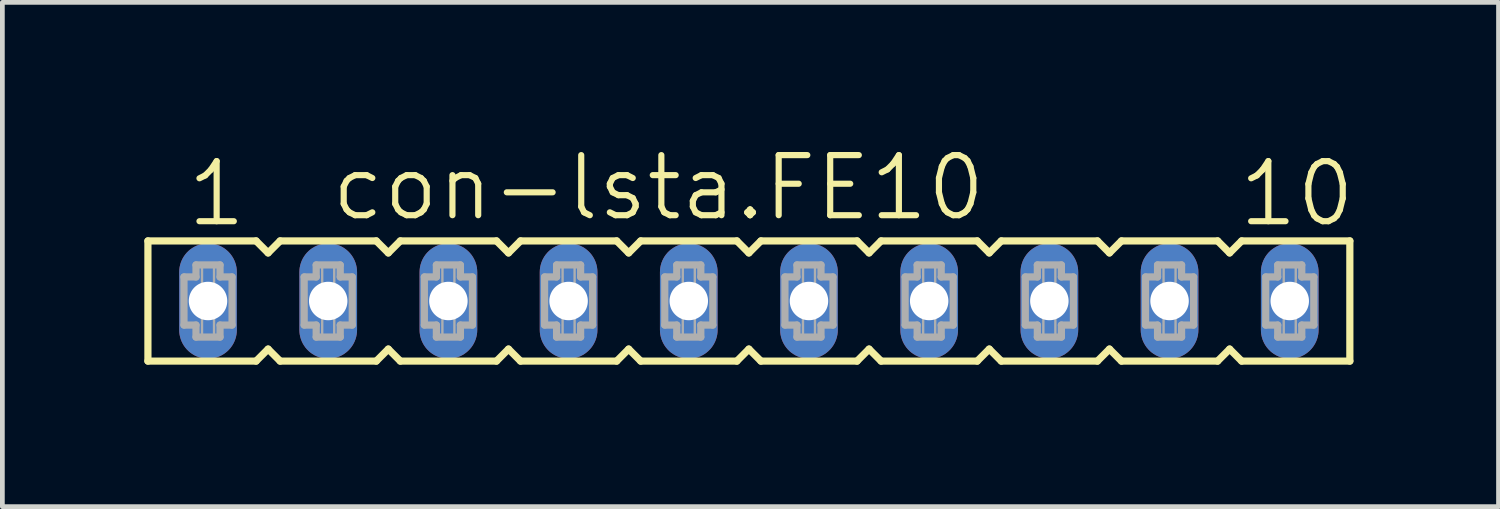
<source format=kicad_pcb>
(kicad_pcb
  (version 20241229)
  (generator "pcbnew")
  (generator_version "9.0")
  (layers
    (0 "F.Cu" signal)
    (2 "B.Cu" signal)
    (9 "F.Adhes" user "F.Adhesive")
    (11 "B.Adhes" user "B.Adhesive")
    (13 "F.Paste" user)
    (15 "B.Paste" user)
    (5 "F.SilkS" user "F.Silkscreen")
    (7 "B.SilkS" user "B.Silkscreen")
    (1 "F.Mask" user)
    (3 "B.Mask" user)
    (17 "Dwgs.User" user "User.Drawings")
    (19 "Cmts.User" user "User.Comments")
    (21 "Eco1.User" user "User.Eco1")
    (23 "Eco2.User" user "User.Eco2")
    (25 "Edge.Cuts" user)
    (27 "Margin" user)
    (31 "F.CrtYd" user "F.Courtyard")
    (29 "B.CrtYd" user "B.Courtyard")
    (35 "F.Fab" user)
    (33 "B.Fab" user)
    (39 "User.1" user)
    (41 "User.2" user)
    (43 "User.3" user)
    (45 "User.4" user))
  (footprint "con-lsta.FE10"
    (layer "F.Cu")
    (at 12.776 3.311)
    (property "Reference" "con-lsta.FE10" (at -8.89 -1.651 0) (layer "F.SilkS") (effects (font (size 1.27 1.27) (thickness 0.13)) (justify left bottom)))
    (attr through_hole)
    (fp_line (start -12.7 -1.27) (end -12.7 1.27) (stroke (width 0.152) (type default)) (layer "F.SilkS"))
    (fp_line (start -12.7 1.27) (end -10.414 1.27) (stroke (width 0.152) (type default)) (layer "F.SilkS"))
    (fp_line (start -10.414 -1.27) (end -12.7 -1.27) (stroke (width 0.152) (type default)) (layer "F.SilkS"))
    (fp_line (start -10.414 1.27) (end -10.16 1.016) (stroke (width 0.152) (type default)) (layer "F.SilkS"))
    (fp_line (start -10.16 -1.016) (end -10.414 -1.27) (stroke (width 0.152) (type default)) (layer "F.SilkS"))
    (fp_line (start -10.16 1.016) (end -9.906 1.27) (stroke (width 0.152) (type default)) (layer "F.SilkS"))
    (fp_line (start -9.906 -1.27) (end -10.16 -1.016) (stroke (width 0.152) (type default)) (layer "F.SilkS"))
    (fp_line (start -9.906 1.27) (end -7.874 1.27) (stroke (width 0.152) (type default)) (layer "F.SilkS"))
    (fp_line (start -7.874 -1.27) (end -9.906 -1.27) (stroke (width 0.152) (type default)) (layer "F.SilkS"))
    (fp_line (start -7.874 1.27) (end -7.62 1.016) (stroke (width 0.152) (type default)) (layer "F.SilkS"))
    (fp_line (start -7.62 -1.016) (end -7.874 -1.27) (stroke (width 0.152) (type default)) (layer "F.SilkS"))
    (fp_line (start -7.62 1.016) (end -7.366 1.27) (stroke (width 0.152) (type default)) (layer "F.SilkS"))
    (fp_line (start -7.366 -1.27) (end -7.62 -1.016) (stroke (width 0.152) (type default)) (layer "F.SilkS"))
    (fp_line (start -7.366 1.27) (end -5.334 1.27) (stroke (width 0.152) (type default)) (layer "F.SilkS"))
    (fp_line (start -5.334 -1.27) (end -7.366 -1.27) (stroke (width 0.152) (type default)) (layer "F.SilkS"))
    (fp_line (start -5.334 1.27) (end -5.08 1.016) (stroke (width 0.152) (type default)) (layer "F.SilkS"))
    (fp_line (start -5.08 -1.016) (end -5.334 -1.27) (stroke (width 0.152) (type default)) (layer "F.SilkS"))
    (fp_line (start -5.08 1.016) (end -4.826 1.27) (stroke (width 0.152) (type default)) (layer "F.SilkS"))
    (fp_line (start -4.826 -1.27) (end -5.08 -1.016) (stroke (width 0.152) (type default)) (layer "F.SilkS"))
    (fp_line (start -4.826 1.27) (end -2.794 1.27) (stroke (width 0.152) (type default)) (layer "F.SilkS"))
    (fp_line (start -2.794 -1.27) (end -4.826 -1.27) (stroke (width 0.152) (type default)) (layer "F.SilkS"))
    (fp_line (start -2.794 1.27) (end -2.54 1.016) (stroke (width 0.152) (type default)) (layer "F.SilkS"))
    (fp_line (start -2.54 -1.016) (end -2.794 -1.27) (stroke (width 0.152) (type default)) (layer "F.SilkS"))
    (fp_line (start -2.54 1.016) (end -2.286 1.27) (stroke (width 0.152) (type default)) (layer "F.SilkS"))
    (fp_line (start -2.286 -1.27) (end -2.54 -1.016) (stroke (width 0.152) (type default)) (layer "F.SilkS"))
    (fp_line (start -2.286 1.27) (end -0.254 1.27) (stroke (width 0.152) (type default)) (layer "F.SilkS"))
    (fp_line (start -0.254 -1.27) (end -2.286 -1.27) (stroke (width 0.152) (type default)) (layer "F.SilkS"))
    (fp_line (start -0.254 1.27) (end 0 1.016) (stroke (width 0.152) (type default)) (layer "F.SilkS"))
    (fp_line (start 0 -1.016) (end -0.254 -1.27) (stroke (width 0.152) (type default)) (layer "F.SilkS"))
    (fp_line (start 0 1.016) (end 0.254 1.27) (stroke (width 0.152) (type default)) (layer "F.SilkS"))
    (fp_line (start 0.254 -1.27) (end 0 -1.016) (stroke (width 0.152) (type default)) (layer "F.SilkS"))
    (fp_line (start 0.254 1.27) (end 2.286 1.27) (stroke (width 0.152) (type default)) (layer "F.SilkS"))
    (fp_line (start 2.286 -1.27) (end 0.254 -1.27) (stroke (width 0.152) (type default)) (layer "F.SilkS"))
    (fp_line (start 2.286 1.27) (end 2.54 1.016) (stroke (width 0.152) (type default)) (layer "F.SilkS"))
    (fp_line (start 2.54 -1.016) (end 2.286 -1.27) (stroke (width 0.152) (type default)) (layer "F.SilkS"))
    (fp_line (start 2.54 1.016) (end 2.794 1.27) (stroke (width 0.152) (type default)) (layer "F.SilkS"))
    (fp_line (start 2.794 -1.27) (end 2.54 -1.016) (stroke (width 0.152) (type default)) (layer "F.SilkS"))
    (fp_line (start 2.794 1.27) (end 4.826 1.27) (stroke (width 0.152) (type default)) (layer "F.SilkS"))
    (fp_line (start 4.826 -1.27) (end 2.794 -1.27) (stroke (width 0.152) (type default)) (layer "F.SilkS"))
    (fp_line (start 4.826 1.27) (end 5.08 1.016) (stroke (width 0.152) (type default)) (layer "F.SilkS"))
    (fp_line (start 5.08 -1.016) (end 4.826 -1.27) (stroke (width 0.152) (type default)) (layer "F.SilkS"))
    (fp_line (start 5.08 1.016) (end 5.334 1.27) (stroke (width 0.152) (type default)) (layer "F.SilkS"))
    (fp_line (start 5.334 -1.27) (end 5.08 -1.016) (stroke (width 0.152) (type default)) (layer "F.SilkS"))
    (fp_line (start 5.334 1.27) (end 7.366 1.27) (stroke (width 0.152) (type default)) (layer "F.SilkS"))
    (fp_line (start 7.366 -1.27) (end 5.334 -1.27) (stroke (width 0.152) (type default)) (layer "F.SilkS"))
    (fp_line (start 7.366 1.27) (end 7.62 1.016) (stroke (width 0.152) (type default)) (layer "F.SilkS"))
    (fp_line (start 7.62 -1.016) (end 7.366 -1.27) (stroke (width 0.152) (type default)) (layer "F.SilkS"))
    (fp_line (start 7.62 1.016) (end 7.874 1.27) (stroke (width 0.152) (type default)) (layer "F.SilkS"))
    (fp_line (start 7.874 -1.27) (end 7.62 -1.016) (stroke (width 0.152) (type default)) (layer "F.SilkS"))
    (fp_line (start 7.874 1.27) (end 9.906 1.27) (stroke (width 0.152) (type default)) (layer "F.SilkS"))
    (fp_line (start 9.906 -1.27) (end 7.874 -1.27) (stroke (width 0.152) (type default)) (layer "F.SilkS"))
    (fp_line (start 9.906 1.27) (end 10.16 1.016) (stroke (width 0.152) (type default)) (layer "F.SilkS"))
    (fp_line (start 10.16 -1.016) (end 9.906 -1.27) (stroke (width 0.152) (type default)) (layer "F.SilkS"))
    (fp_line (start 10.16 1.016) (end 10.414 1.27) (stroke (width 0.152) (type default)) (layer "F.SilkS"))
    (fp_line (start 10.414 -1.27) (end 10.16 -1.016) (stroke (width 0.152) (type default)) (layer "F.SilkS"))
    (fp_line (start 10.414 1.27) (end 12.7 1.27) (stroke (width 0.152) (type default)) (layer "F.SilkS"))
    (fp_line (start 12.7 -1.27) (end 10.414 -1.27) (stroke (width 0.152) (type default)) (layer "F.SilkS"))
    (fp_line (start 12.7 1.27) (end 12.7 -1.27) (stroke (width 0.152) (type default)) (layer "F.SilkS"))
    (fp_line (start -11.938 -0.508) (end -11.938 0.508) (stroke (width 0.152) (type default)) (layer "F.Fab"))
    (fp_line (start -11.938 0.508) (end -11.684 0.508) (stroke (width 0.152) (type default)) (layer "F.Fab"))
    (fp_line (start -11.684 -0.762) (end -11.684 -0.508) (stroke (width 0.152) (type default)) (layer "F.Fab"))
    (fp_line (start -11.684 -0.508) (end -11.938 -0.508) (stroke (width 0.152) (type default)) (layer "F.Fab"))
    (fp_line (start -11.684 0.508) (end -11.684 0.762) (stroke (width 0.152) (type default)) (layer "F.Fab"))
    (fp_line (start -11.684 0.762) (end -11.176 0.762) (stroke (width 0.152) (type default)) (layer "F.Fab"))
    (fp_line (start -11.176 -0.762) (end -11.684 -0.762) (stroke (width 0.152) (type default)) (layer "F.Fab"))
    (fp_line (start -11.176 -0.508) (end -11.176 -0.762) (stroke (width 0.152) (type default)) (layer "F.Fab"))
    (fp_line (start -11.176 0.508) (end -10.922 0.508) (stroke (width 0.152) (type default)) (layer "F.Fab"))
    (fp_line (start -11.176 0.762) (end -11.176 0.508) (stroke (width 0.152) (type default)) (layer "F.Fab"))
    (fp_line (start -10.922 -0.508) (end -11.176 -0.508) (stroke (width 0.152) (type default)) (layer "F.Fab"))
    (fp_line (start -10.922 0.508) (end -10.922 -0.508) (stroke (width 0.152) (type default)) (layer "F.Fab"))
    (fp_line (start -9.398 -0.508) (end -9.398 0.508) (stroke (width 0.152) (type default)) (layer "F.Fab"))
    (fp_line (start -9.398 0.508) (end -9.144 0.508) (stroke (width 0.152) (type default)) (layer "F.Fab"))
    (fp_line (start -9.144 -0.762) (end -9.144 -0.508) (stroke (width 0.152) (type default)) (layer "F.Fab"))
    (fp_line (start -9.144 -0.508) (end -9.398 -0.508) (stroke (width 0.152) (type default)) (layer "F.Fab"))
    (fp_line (start -9.144 0.508) (end -9.144 0.762) (stroke (width 0.152) (type default)) (layer "F.Fab"))
    (fp_line (start -9.144 0.762) (end -8.636 0.762) (stroke (width 0.152) (type default)) (layer "F.Fab"))
    (fp_line (start -8.636 -0.762) (end -9.144 -0.762) (stroke (width 0.152) (type default)) (layer "F.Fab"))
    (fp_line (start -8.636 -0.508) (end -8.636 -0.762) (stroke (width 0.152) (type default)) (layer "F.Fab"))
    (fp_line (start -8.636 0.508) (end -8.382 0.508) (stroke (width 0.152) (type default)) (layer "F.Fab"))
    (fp_line (start -8.636 0.762) (end -8.636 0.508) (stroke (width 0.152) (type default)) (layer "F.Fab"))
    (fp_line (start -8.382 -0.508) (end -8.636 -0.508) (stroke (width 0.152) (type default)) (layer "F.Fab"))
    (fp_line (start -8.382 0.508) (end -8.382 -0.508) (stroke (width 0.152) (type default)) (layer "F.Fab"))
    (fp_line (start -6.858 -0.508) (end -6.858 0.508) (stroke (width 0.152) (type default)) (layer "F.Fab"))
    (fp_line (start -6.858 0.508) (end -6.604 0.508) (stroke (width 0.152) (type default)) (layer "F.Fab"))
    (fp_line (start -6.604 -0.762) (end -6.604 -0.508) (stroke (width 0.152) (type default)) (layer "F.Fab"))
    (fp_line (start -6.604 -0.508) (end -6.858 -0.508) (stroke (width 0.152) (type default)) (layer "F.Fab"))
    (fp_line (start -6.604 0.508) (end -6.604 0.762) (stroke (width 0.152) (type default)) (layer "F.Fab"))
    (fp_line (start -6.604 0.762) (end -6.096 0.762) (stroke (width 0.152) (type default)) (layer "F.Fab"))
    (fp_line (start -6.096 -0.762) (end -6.604 -0.762) (stroke (width 0.152) (type default)) (layer "F.Fab"))
    (fp_line (start -6.096 -0.508) (end -6.096 -0.762) (stroke (width 0.152) (type default)) (layer "F.Fab"))
    (fp_line (start -6.096 0.508) (end -5.842 0.508) (stroke (width 0.152) (type default)) (layer "F.Fab"))
    (fp_line (start -6.096 0.762) (end -6.096 0.508) (stroke (width 0.152) (type default)) (layer "F.Fab"))
    (fp_line (start -5.842 -0.508) (end -6.096 -0.508) (stroke (width 0.152) (type default)) (layer "F.Fab"))
    (fp_line (start -5.842 0.508) (end -5.842 -0.508) (stroke (width 0.152) (type default)) (layer "F.Fab"))
    (fp_line (start -4.318 -0.508) (end -4.318 0.508) (stroke (width 0.152) (type default)) (layer "F.Fab"))
    (fp_line (start -4.318 0.508) (end -4.064 0.508) (stroke (width 0.152) (type default)) (layer "F.Fab"))
    (fp_line (start -4.064 -0.762) (end -4.064 -0.508) (stroke (width 0.152) (type default)) (layer "F.Fab"))
    (fp_line (start -4.064 -0.508) (end -4.318 -0.508) (stroke (width 0.152) (type default)) (layer "F.Fab"))
    (fp_line (start -4.064 0.508) (end -4.064 0.762) (stroke (width 0.152) (type default)) (layer "F.Fab"))
    (fp_line (start -4.064 0.762) (end -3.556 0.762) (stroke (width 0.152) (type default)) (layer "F.Fab"))
    (fp_line (start -3.556 -0.762) (end -4.064 -0.762) (stroke (width 0.152) (type default)) (layer "F.Fab"))
    (fp_line (start -3.556 -0.508) (end -3.556 -0.762) (stroke (width 0.152) (type default)) (layer "F.Fab"))
    (fp_line (start -3.556 0.508) (end -3.302 0.508) (stroke (width 0.152) (type default)) (layer "F.Fab"))
    (fp_line (start -3.556 0.762) (end -3.556 0.508) (stroke (width 0.152) (type default)) (layer "F.Fab"))
    (fp_line (start -3.302 -0.508) (end -3.556 -0.508) (stroke (width 0.152) (type default)) (layer "F.Fab"))
    (fp_line (start -3.302 0.508) (end -3.302 -0.508) (stroke (width 0.152) (type default)) (layer "F.Fab"))
    (fp_line (start -1.778 -0.508) (end -1.778 0.508) (stroke (width 0.152) (type default)) (layer "F.Fab"))
    (fp_line (start -1.778 0.508) (end -1.524 0.508) (stroke (width 0.152) (type default)) (layer "F.Fab"))
    (fp_line (start -1.524 -0.762) (end -1.524 -0.508) (stroke (width 0.152) (type default)) (layer "F.Fab"))
    (fp_line (start -1.524 -0.508) (end -1.778 -0.508) (stroke (width 0.152) (type default)) (layer "F.Fab"))
    (fp_line (start -1.524 0.508) (end -1.524 0.762) (stroke (width 0.152) (type default)) (layer "F.Fab"))
    (fp_line (start -1.524 0.762) (end -1.016 0.762) (stroke (width 0.152) (type default)) (layer "F.Fab"))
    (fp_line (start -1.016 -0.762) (end -1.524 -0.762) (stroke (width 0.152) (type default)) (layer "F.Fab"))
    (fp_line (start -1.016 -0.508) (end -1.016 -0.762) (stroke (width 0.152) (type default)) (layer "F.Fab"))
    (fp_line (start -1.016 0.508) (end -0.762 0.508) (stroke (width 0.152) (type default)) (layer "F.Fab"))
    (fp_line (start -1.016 0.762) (end -1.016 0.508) (stroke (width 0.152) (type default)) (layer "F.Fab"))
    (fp_line (start -0.762 -0.508) (end -1.016 -0.508) (stroke (width 0.152) (type default)) (layer "F.Fab"))
    (fp_line (start -0.762 0.508) (end -0.762 -0.508) (stroke (width 0.152) (type default)) (layer "F.Fab"))
    (fp_line (start 0.762 -0.508) (end 0.762 0.508) (stroke (width 0.152) (type default)) (layer "F.Fab"))
    (fp_line (start 0.762 0.508) (end 1.016 0.508) (stroke (width 0.152) (type default)) (layer "F.Fab"))
    (fp_line (start 1.016 -0.762) (end 1.016 -0.508) (stroke (width 0.152) (type default)) (layer "F.Fab"))
    (fp_line (start 1.016 -0.508) (end 0.762 -0.508) (stroke (width 0.152) (type default)) (layer "F.Fab"))
    (fp_line (start 1.016 0.508) (end 1.016 0.762) (stroke (width 0.152) (type default)) (layer "F.Fab"))
    (fp_line (start 1.016 0.762) (end 1.524 0.762) (stroke (width 0.152) (type default)) (layer "F.Fab"))
    (fp_line (start 1.524 -0.762) (end 1.016 -0.762) (stroke (width 0.152) (type default)) (layer "F.Fab"))
    (fp_line (start 1.524 -0.508) (end 1.524 -0.762) (stroke (width 0.152) (type default)) (layer "F.Fab"))
    (fp_line (start 1.524 0.508) (end 1.778 0.508) (stroke (width 0.152) (type default)) (layer "F.Fab"))
    (fp_line (start 1.524 0.762) (end 1.524 0.508) (stroke (width 0.152) (type default)) (layer "F.Fab"))
    (fp_line (start 1.778 -0.508) (end 1.524 -0.508) (stroke (width 0.152) (type default)) (layer "F.Fab"))
    (fp_line (start 1.778 0.508) (end 1.778 -0.508) (stroke (width 0.152) (type default)) (layer "F.Fab"))
    (fp_line (start 3.302 -0.508) (end 3.302 0.508) (stroke (width 0.152) (type default)) (layer "F.Fab"))
    (fp_line (start 3.302 0.508) (end 3.556 0.508) (stroke (width 0.152) (type default)) (layer "F.Fab"))
    (fp_line (start 3.556 -0.762) (end 3.556 -0.508) (stroke (width 0.152) (type default)) (layer "F.Fab"))
    (fp_line (start 3.556 -0.508) (end 3.302 -0.508) (stroke (width 0.152) (type default)) (layer "F.Fab"))
    (fp_line (start 3.556 0.508) (end 3.556 0.762) (stroke (width 0.152) (type default)) (layer "F.Fab"))
    (fp_line (start 3.556 0.762) (end 4.064 0.762) (stroke (width 0.152) (type default)) (layer "F.Fab"))
    (fp_line (start 4.064 -0.762) (end 3.556 -0.762) (stroke (width 0.152) (type default)) (layer "F.Fab"))
    (fp_line (start 4.064 -0.508) (end 4.064 -0.762) (stroke (width 0.152) (type default)) (layer "F.Fab"))
    (fp_line (start 4.064 0.508) (end 4.318 0.508) (stroke (width 0.152) (type default)) (layer "F.Fab"))
    (fp_line (start 4.064 0.762) (end 4.064 0.508) (stroke (width 0.152) (type default)) (layer "F.Fab"))
    (fp_line (start 4.318 -0.508) (end 4.064 -0.508) (stroke (width 0.152) (type default)) (layer "F.Fab"))
    (fp_line (start 4.318 0.508) (end 4.318 -0.508) (stroke (width 0.152) (type default)) (layer "F.Fab"))
    (fp_line (start 5.842 -0.508) (end 5.842 0.508) (stroke (width 0.152) (type default)) (layer "F.Fab"))
    (fp_line (start 5.842 0.508) (end 6.096 0.508) (stroke (width 0.152) (type default)) (layer "F.Fab"))
    (fp_line (start 6.096 -0.762) (end 6.096 -0.508) (stroke (width 0.152) (type default)) (layer "F.Fab"))
    (fp_line (start 6.096 -0.508) (end 5.842 -0.508) (stroke (width 0.152) (type default)) (layer "F.Fab"))
    (fp_line (start 6.096 0.508) (end 6.096 0.762) (stroke (width 0.152) (type default)) (layer "F.Fab"))
    (fp_line (start 6.096 0.762) (end 6.604 0.762) (stroke (width 0.152) (type default)) (layer "F.Fab"))
    (fp_line (start 6.604 -0.762) (end 6.096 -0.762) (stroke (width 0.152) (type default)) (layer "F.Fab"))
    (fp_line (start 6.604 -0.508) (end 6.604 -0.762) (stroke (width 0.152) (type default)) (layer "F.Fab"))
    (fp_line (start 6.604 0.508) (end 6.858 0.508) (stroke (width 0.152) (type default)) (layer "F.Fab"))
    (fp_line (start 6.604 0.762) (end 6.604 0.508) (stroke (width 0.152) (type default)) (layer "F.Fab"))
    (fp_line (start 6.858 -0.508) (end 6.604 -0.508) (stroke (width 0.152) (type default)) (layer "F.Fab"))
    (fp_line (start 6.858 0.508) (end 6.858 -0.508) (stroke (width 0.152) (type default)) (layer "F.Fab"))
    (fp_line (start 8.382 -0.508) (end 8.382 0.508) (stroke (width 0.152) (type default)) (layer "F.Fab"))
    (fp_line (start 8.382 0.508) (end 8.636 0.508) (stroke (width 0.152) (type default)) (layer "F.Fab"))
    (fp_line (start 8.636 -0.762) (end 8.636 -0.508) (stroke (width 0.152) (type default)) (layer "F.Fab"))
    (fp_line (start 8.636 -0.508) (end 8.382 -0.508) (stroke (width 0.152) (type default)) (layer "F.Fab"))
    (fp_line (start 8.636 0.508) (end 8.636 0.762) (stroke (width 0.152) (type default)) (layer "F.Fab"))
    (fp_line (start 8.636 0.762) (end 9.144 0.762) (stroke (width 0.152) (type default)) (layer "F.Fab"))
    (fp_line (start 9.144 -0.762) (end 8.636 -0.762) (stroke (width 0.152) (type default)) (layer "F.Fab"))
    (fp_line (start 9.144 -0.508) (end 9.144 -0.762) (stroke (width 0.152) (type default)) (layer "F.Fab"))
    (fp_line (start 9.144 0.508) (end 9.398 0.508) (stroke (width 0.152) (type default)) (layer "F.Fab"))
    (fp_line (start 9.144 0.762) (end 9.144 0.508) (stroke (width 0.152) (type default)) (layer "F.Fab"))
    (fp_line (start 9.398 -0.508) (end 9.144 -0.508) (stroke (width 0.152) (type default)) (layer "F.Fab"))
    (fp_line (start 9.398 0.508) (end 9.398 -0.508) (stroke (width 0.152) (type default)) (layer "F.Fab"))
    (fp_line (start 10.922 -0.508) (end 10.922 0.508) (stroke (width 0.152) (type default)) (layer "F.Fab"))
    (fp_line (start 10.922 0.508) (end 11.176 0.508) (stroke (width 0.152) (type default)) (layer "F.Fab"))
    (fp_line (start 11.176 -0.762) (end 11.176 -0.508) (stroke (width 0.152) (type default)) (layer "F.Fab"))
    (fp_line (start 11.176 -0.508) (end 10.922 -0.508) (stroke (width 0.152) (type default)) (layer "F.Fab"))
    (fp_line (start 11.176 0.508) (end 11.176 0.762) (stroke (width 0.152) (type default)) (layer "F.Fab"))
    (fp_line (start 11.176 0.762) (end 11.684 0.762) (stroke (width 0.152) (type default)) (layer "F.Fab"))
    (fp_line (start 11.684 -0.762) (end 11.176 -0.762) (stroke (width 0.152) (type default)) (layer "F.Fab"))
    (fp_line (start 11.684 -0.508) (end 11.684 -0.762) (stroke (width 0.152) (type default)) (layer "F.Fab"))
    (fp_line (start 11.684 0.508) (end 11.938 0.508) (stroke (width 0.152) (type default)) (layer "F.Fab"))
    (fp_line (start 11.684 0.762) (end 11.684 0.508) (stroke (width 0.152) (type default)) (layer "F.Fab"))
    (fp_line (start 11.938 -0.508) (end 11.684 -0.508) (stroke (width 0.152) (type default)) (layer "F.Fab"))
    (fp_line (start 11.938 0.508) (end 11.938 -0.508) (stroke (width 0.152) (type default)) (layer "F.Fab"))
    (fp_rect (start -11.557 -0.254) (end -11.303 -0.762) (stroke (width 0.05) (type default)) (fill no) (layer "F.Fab"))
    (fp_rect (start -11.557 0.762) (end -11.303 0.254) (stroke (width 0.05) (type default)) (fill no) (layer "F.Fab"))
    (fp_rect (start -9.017 -0.254) (end -8.763 -0.762) (stroke (width 0.05) (type default)) (fill no) (layer "F.Fab"))
    (fp_rect (start -9.017 0.762) (end -8.763 0.254) (stroke (width 0.05) (type default)) (fill no) (layer "F.Fab"))
    (fp_rect (start -6.477 -0.254) (end -6.223 -0.762) (stroke (width 0.05) (type default)) (fill no) (layer "F.Fab"))
    (fp_rect (start -6.477 0.762) (end -6.223 0.254) (stroke (width 0.05) (type default)) (fill no) (layer "F.Fab"))
    (fp_rect (start -3.937 -0.254) (end -3.683 -0.762) (stroke (width 0.05) (type default)) (fill no) (layer "F.Fab"))
    (fp_rect (start -3.937 0.762) (end -3.683 0.254) (stroke (width 0.05) (type default)) (fill no) (layer "F.Fab"))
    (fp_rect (start -1.397 -0.254) (end -1.143 -0.762) (stroke (width 0.05) (type default)) (fill no) (layer "F.Fab"))
    (fp_rect (start -1.397 0.762) (end -1.143 0.254) (stroke (width 0.05) (type default)) (fill no) (layer "F.Fab"))
    (fp_rect (start 1.143 -0.254) (end 1.397 -0.762) (stroke (width 0.05) (type default)) (fill no) (layer "F.Fab"))
    (fp_rect (start 1.143 0.762) (end 1.397 0.254) (stroke (width 0.05) (type default)) (fill no) (layer "F.Fab"))
    (fp_rect (start 3.683 -0.254) (end 3.937 -0.762) (stroke (width 0.05) (type default)) (fill no) (layer "F.Fab"))
    (fp_rect (start 3.683 0.762) (end 3.937 0.254) (stroke (width 0.05) (type default)) (fill no) (layer "F.Fab"))
    (fp_rect (start 6.223 -0.254) (end 6.477 -0.762) (stroke (width 0.05) (type default)) (fill no) (layer "F.Fab"))
    (fp_rect (start 6.223 0.762) (end 6.477 0.254) (stroke (width 0.05) (type default)) (fill no) (layer "F.Fab"))
    (fp_rect (start 8.763 -0.254) (end 9.017 -0.762) (stroke (width 0.05) (type default)) (fill no) (layer "F.Fab"))
    (fp_rect (start 8.763 0.762) (end 9.017 0.254) (stroke (width 0.05) (type default)) (fill no) (layer "F.Fab"))
    (fp_rect (start 11.303 -0.254) (end 11.557 -0.762) (stroke (width 0.05) (type default)) (fill no) (layer "F.Fab"))
    (fp_rect (start 11.303 0.762) (end 11.557 0.254) (stroke (width 0.05) (type default)) (fill no) (layer "F.Fab"))
    (fp_text user "1" (at -11.938 -1.524 0) (layer "F.SilkS") (effects (font (size 1.27 1.27) (thickness 0.13)) (justify left bottom)))
    (fp_text user "10" (at 10.287 -1.524 0) (layer "F.SilkS") (effects (font (size 1.27 1.27) (thickness 0.13)) (justify left bottom)))
    (pad "1" thru_hole oval (at -11.43 0 90) (size 2.438 1.219) (drill 0.813) (layers "*.Cu" "*.Mask"))
    (pad "2" thru_hole oval (at -8.89 0 90) (size 2.438 1.219) (drill 0.813) (layers "*.Cu" "*.Mask"))
    (pad "3" thru_hole oval (at -6.35 0 90) (size 2.438 1.219) (drill 0.813) (layers "*.Cu" "*.Mask"))
    (pad "4" thru_hole oval (at -3.81 0 90) (size 2.438 1.219) (drill 0.813) (layers "*.Cu" "*.Mask"))
    (pad "5" thru_hole oval (at -1.27 0 90) (size 2.438 1.219) (drill 0.813) (layers "*.Cu" "*.Mask"))
    (pad "6" thru_hole oval (at 1.27 0 90) (size 2.438 1.219) (drill 0.813) (layers "*.Cu" "*.Mask"))
    (pad "7" thru_hole oval (at 3.81 0 90) (size 2.438 1.219) (drill 0.813) (layers "*.Cu" "*.Mask"))
    (pad "8" thru_hole oval (at 6.35 0 90) (size 2.438 1.219) (drill 0.813) (layers "*.Cu" "*.Mask"))
    (pad "9" thru_hole oval (at 8.89 0 90) (size 2.438 1.219) (drill 0.813) (layers "*.Cu" "*.Mask"))
    (pad "10" thru_hole oval (at 11.43 0 90) (size 2.438 1.219) (drill 0.813) (layers "*.Cu" "*.Mask")))
  (gr_rect
    (start -3 -3)
    (end 28.618 7.657)
    (stroke (width 0.1) (type default))
    (fill no)
    (layer "Edge.Cuts")))
</source>
